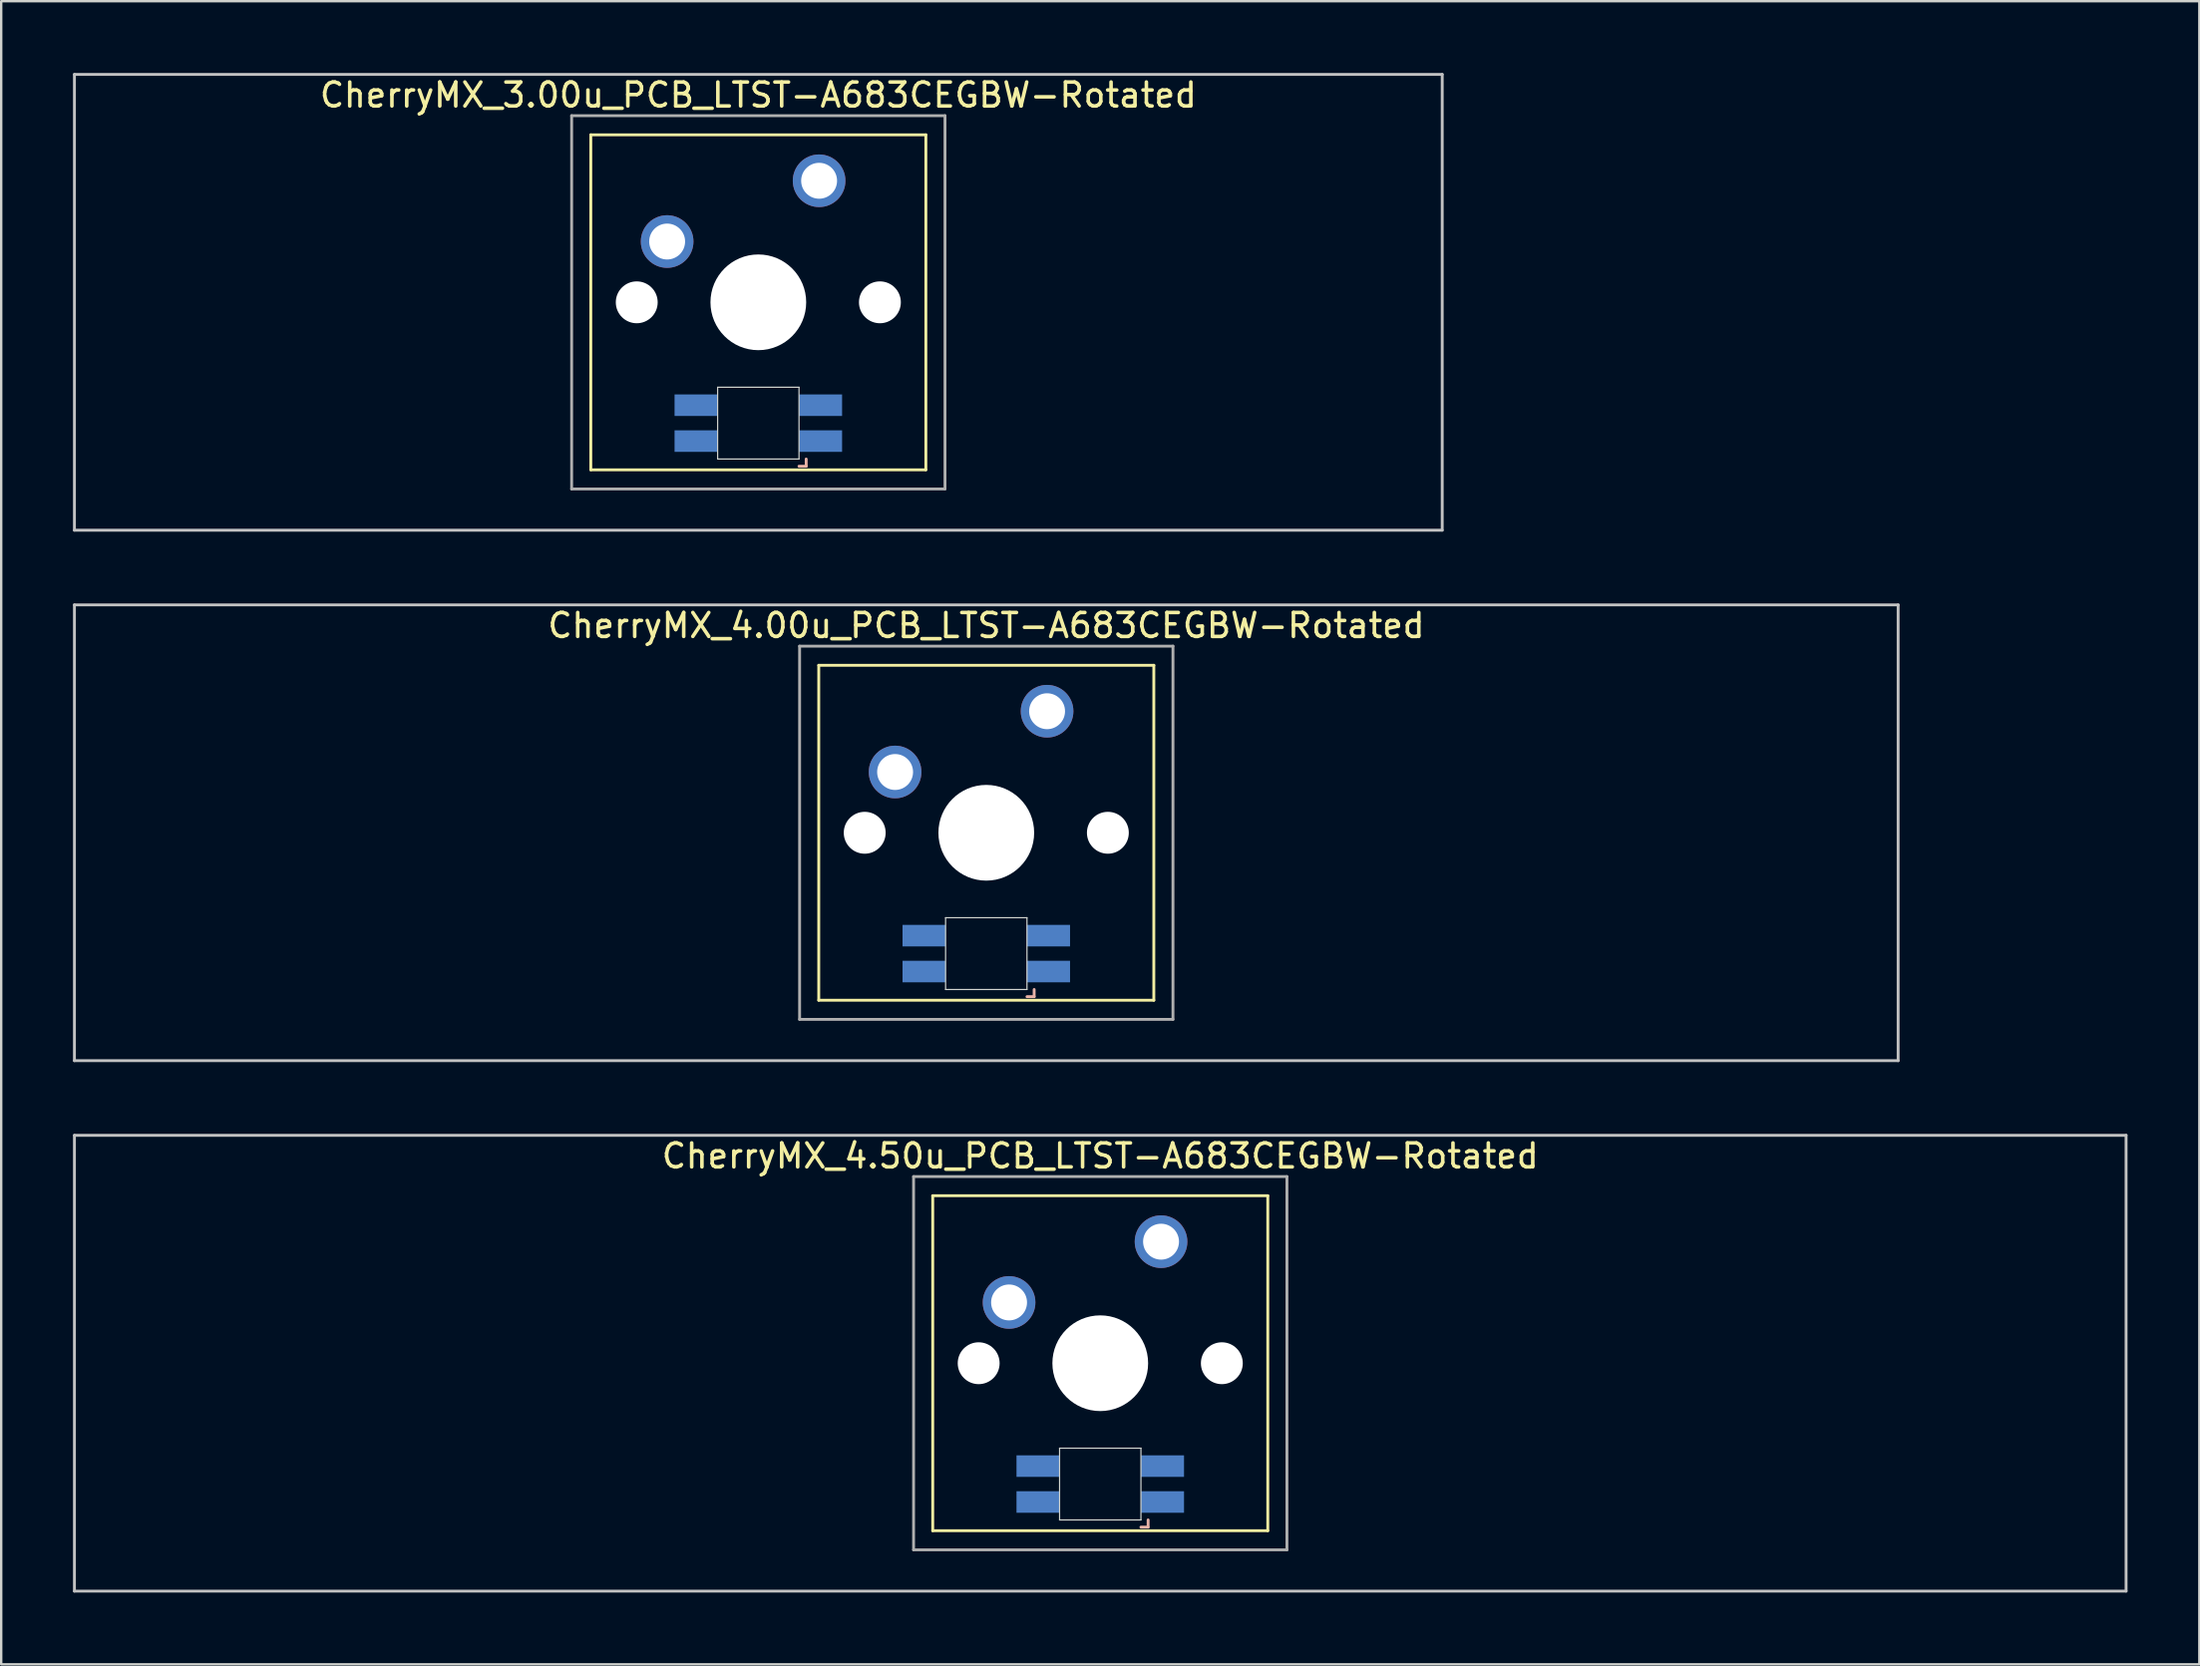
<source format=kicad_pcb>
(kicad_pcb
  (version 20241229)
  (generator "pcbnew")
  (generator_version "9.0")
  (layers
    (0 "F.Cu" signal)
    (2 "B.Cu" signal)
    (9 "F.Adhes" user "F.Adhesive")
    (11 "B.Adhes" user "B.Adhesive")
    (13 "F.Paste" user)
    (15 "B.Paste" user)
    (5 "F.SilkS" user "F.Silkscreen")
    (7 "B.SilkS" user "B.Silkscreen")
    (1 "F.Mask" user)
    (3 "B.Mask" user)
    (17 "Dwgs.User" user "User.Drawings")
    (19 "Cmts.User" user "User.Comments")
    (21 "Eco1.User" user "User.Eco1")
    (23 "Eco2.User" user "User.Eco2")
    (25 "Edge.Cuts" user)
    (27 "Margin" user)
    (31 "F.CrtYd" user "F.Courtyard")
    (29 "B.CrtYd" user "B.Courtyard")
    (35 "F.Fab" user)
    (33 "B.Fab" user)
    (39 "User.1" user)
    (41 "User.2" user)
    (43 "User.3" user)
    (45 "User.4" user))
  (footprint "CherryMX_4.50u_PCB_LTST-A683CEGBW-Rotated"
    (layer "F.Cu")
    (at 42.922 53.925)
    (property "Reference" "CherryMX_4.50u_PCB_LTST-A683CEGBW-Rotated" (at 0 -8.662 0) (layer "F.SilkS") (effects (font (size 1 1) (thickness 0.15))))
    (attr through_hole)
    (fp_line (start -7 -7) (end -7 7) (stroke (width 0.12) (type solid)) (layer "F.SilkS"))
    (fp_line (start -7 -7) (end 7 -7) (stroke (width 0.12) (type solid)) (layer "F.SilkS"))
    (fp_line (start 7 -7) (end 7 7) (stroke (width 0.12) (type solid)) (layer "F.SilkS"))
    (fp_line (start 7 7) (end -7 7) (stroke (width 0.12) (type solid)) (layer "F.SilkS"))
    (fp_line (start 1.7 6.85) (end 2 6.85) (stroke (width 0.12) (type solid)) (layer "B.SilkS"))
    (fp_line (start 2 6.85) (end 2 6.55) (stroke (width 0.12) (type solid)) (layer "B.SilkS"))
    (fp_line (start -42.862 -9.525) (end 42.862 -9.525) (stroke (width 0.12) (type solid)) (layer "Dwgs.User"))
    (fp_line (start -42.862 9.525) (end -42.862 -9.525) (stroke (width 0.12) (type solid)) (layer "Dwgs.User"))
    (fp_line (start 42.862 -9.525) (end 42.862 9.525) (stroke (width 0.12) (type solid)) (layer "Dwgs.User"))
    (fp_line (start 42.862 9.525) (end -42.862 9.525) (stroke (width 0.12) (type solid)) (layer "Dwgs.User"))
    (fp_line (start -1.7 3.55) (end 1.7 3.55) (stroke (width 0.05) (type solid)) (layer "Edge.Cuts"))
    (fp_line (start -1.7 6.55) (end -1.7 3.55) (stroke (width 0.05) (type solid)) (layer "Edge.Cuts"))
    (fp_line (start 1.7 3.55) (end 1.7 6.55) (stroke (width 0.05) (type solid)) (layer "Edge.Cuts"))
    (fp_line (start 1.7 6.55) (end -1.7 6.55) (stroke (width 0.05) (type solid)) (layer "Edge.Cuts"))
    (fp_line (start -7.8 -7.8) (end -7.8 7.8) (stroke (width 0.12) (type solid)) (layer "F.Fab"))
    (fp_line (start -7.8 -7.8) (end 7.8 -7.8) (stroke (width 0.12) (type solid)) (layer "F.Fab"))
    (fp_line (start -7.8 7.8) (end 7.8 7.8) (stroke (width 0.12) (type solid)) (layer "F.Fab"))
    (fp_line (start 7.8 -7.8) (end 7.8 7.8) (stroke (width 0.12) (type solid)) (layer "F.Fab"))
    (pad "" np_thru_hole circle (at -5.08 0) (size 1.75 1.75) (drill 1.75) (layers "*.Cu" "*.Mask"))
    (pad "" np_thru_hole circle (at 0 0) (size 4 4) (drill 4) (layers "*.Cu" "*.Mask"))
    (pad "" np_thru_hole circle (at 5.08 0) (size 1.75 1.75) (drill 1.75) (layers "*.Cu" "*.Mask"))
    (pad "1" thru_hole circle (at -3.81 -2.54) (size 2.2 2.2) (drill 1.5) (layers "*.Cu" "*.Mask"))
    (pad "2" thru_hole circle (at 2.54 -5.08) (size 2.2 2.2) (drill 1.5) (layers "*.Cu" "*.Mask"))
    (pad "3" smd rect (at 2.6 5.8) (size 1.8 0.9) (layers "B.Cu" "B.Mask" "B.Paste"))
    (pad "4" smd rect (at 2.6 4.3) (size 1.8 0.9) (layers "B.Cu" "B.Mask" "B.Paste"))
    (pad "5" smd rect (at -2.6 5.8) (size 1.8 0.9) (layers "B.Cu" "B.Mask" "B.Paste"))
    (pad "6" smd rect (at -2.6 4.3) (size 1.8 0.9) (layers "B.Cu" "B.Mask" "B.Paste")))
  (footprint "CherryMX_4.00u_PCB_LTST-A683CEGBW-Rotated"
    (layer "F.Cu")
    (at 38.16 31.755)
    (property "Reference" "CherryMX_4.00u_PCB_LTST-A683CEGBW-Rotated" (at 0 -8.662 0) (layer "F.SilkS") (effects (font (size 1 1) (thickness 0.15))))
    (attr through_hole)
    (fp_line (start -7 -7) (end -7 7) (stroke (width 0.12) (type solid)) (layer "F.SilkS"))
    (fp_line (start -7 -7) (end 7 -7) (stroke (width 0.12) (type solid)) (layer "F.SilkS"))
    (fp_line (start 7 -7) (end 7 7) (stroke (width 0.12) (type solid)) (layer "F.SilkS"))
    (fp_line (start 7 7) (end -7 7) (stroke (width 0.12) (type solid)) (layer "F.SilkS"))
    (fp_line (start 1.7 6.85) (end 2 6.85) (stroke (width 0.12) (type solid)) (layer "B.SilkS"))
    (fp_line (start 2 6.85) (end 2 6.55) (stroke (width 0.12) (type solid)) (layer "B.SilkS"))
    (fp_line (start -38.1 -9.525) (end 38.1 -9.525) (stroke (width 0.12) (type solid)) (layer "Dwgs.User"))
    (fp_line (start -38.1 9.525) (end -38.1 -9.525) (stroke (width 0.12) (type solid)) (layer "Dwgs.User"))
    (fp_line (start 38.1 -9.525) (end 38.1 9.525) (stroke (width 0.12) (type solid)) (layer "Dwgs.User"))
    (fp_line (start 38.1 9.525) (end -38.1 9.525) (stroke (width 0.12) (type solid)) (layer "Dwgs.User"))
    (fp_line (start -1.7 3.55) (end 1.7 3.55) (stroke (width 0.05) (type solid)) (layer "Edge.Cuts"))
    (fp_line (start -1.7 6.55) (end -1.7 3.55) (stroke (width 0.05) (type solid)) (layer "Edge.Cuts"))
    (fp_line (start 1.7 3.55) (end 1.7 6.55) (stroke (width 0.05) (type solid)) (layer "Edge.Cuts"))
    (fp_line (start 1.7 6.55) (end -1.7 6.55) (stroke (width 0.05) (type solid)) (layer "Edge.Cuts"))
    (fp_line (start -7.8 -7.8) (end -7.8 7.8) (stroke (width 0.12) (type solid)) (layer "F.Fab"))
    (fp_line (start -7.8 -7.8) (end 7.8 -7.8) (stroke (width 0.12) (type solid)) (layer "F.Fab"))
    (fp_line (start -7.8 7.8) (end 7.8 7.8) (stroke (width 0.12) (type solid)) (layer "F.Fab"))
    (fp_line (start 7.8 -7.8) (end 7.8 7.8) (stroke (width 0.12) (type solid)) (layer "F.Fab"))
    (pad "" np_thru_hole circle (at -5.08 0) (size 1.75 1.75) (drill 1.75) (layers "*.Cu" "*.Mask"))
    (pad "" np_thru_hole circle (at 0 0) (size 4 4) (drill 4) (layers "*.Cu" "*.Mask"))
    (pad "" np_thru_hole circle (at 5.08 0) (size 1.75 1.75) (drill 1.75) (layers "*.Cu" "*.Mask"))
    (pad "1" thru_hole circle (at -3.81 -2.54) (size 2.2 2.2) (drill 1.5) (layers "*.Cu" "*.Mask"))
    (pad "2" thru_hole circle (at 2.54 -5.08) (size 2.2 2.2) (drill 1.5) (layers "*.Cu" "*.Mask"))
    (pad "3" smd rect (at 2.6 5.8) (size 1.8 0.9) (layers "B.Cu" "B.Mask" "B.Paste"))
    (pad "4" smd rect (at 2.6 4.3) (size 1.8 0.9) (layers "B.Cu" "B.Mask" "B.Paste"))
    (pad "5" smd rect (at -2.6 5.8) (size 1.8 0.9) (layers "B.Cu" "B.Mask" "B.Paste"))
    (pad "6" smd rect (at -2.6 4.3) (size 1.8 0.9) (layers "B.Cu" "B.Mask" "B.Paste")))
  (footprint "CherryMX_3.00u_PCB_LTST-A683CEGBW-Rotated"
    (layer "F.Cu")
    (at 28.635 9.585)
    (property "Reference" "CherryMX_3.00u_PCB_LTST-A683CEGBW-Rotated" (at 0 -8.662 0) (layer "F.SilkS") (effects (font (size 1 1) (thickness 0.15))))
    (attr through_hole)
    (fp_line (start -7 -7) (end -7 7) (stroke (width 0.12) (type solid)) (layer "F.SilkS"))
    (fp_line (start -7 -7) (end 7 -7) (stroke (width 0.12) (type solid)) (layer "F.SilkS"))
    (fp_line (start 7 -7) (end 7 7) (stroke (width 0.12) (type solid)) (layer "F.SilkS"))
    (fp_line (start 7 7) (end -7 7) (stroke (width 0.12) (type solid)) (layer "F.SilkS"))
    (fp_line (start 1.7 6.85) (end 2 6.85) (stroke (width 0.12) (type solid)) (layer "B.SilkS"))
    (fp_line (start 2 6.85) (end 2 6.55) (stroke (width 0.12) (type solid)) (layer "B.SilkS"))
    (fp_line (start -28.575 -9.525) (end 28.575 -9.525) (stroke (width 0.12) (type solid)) (layer "Dwgs.User"))
    (fp_line (start -28.575 9.525) (end -28.575 -9.525) (stroke (width 0.12) (type solid)) (layer "Dwgs.User"))
    (fp_line (start 28.575 -9.525) (end 28.575 9.525) (stroke (width 0.12) (type solid)) (layer "Dwgs.User"))
    (fp_line (start 28.575 9.525) (end -28.575 9.525) (stroke (width 0.12) (type solid)) (layer "Dwgs.User"))
    (fp_line (start -1.7 3.55) (end 1.7 3.55) (stroke (width 0.05) (type solid)) (layer "Edge.Cuts"))
    (fp_line (start -1.7 6.55) (end -1.7 3.55) (stroke (width 0.05) (type solid)) (layer "Edge.Cuts"))
    (fp_line (start 1.7 3.55) (end 1.7 6.55) (stroke (width 0.05) (type solid)) (layer "Edge.Cuts"))
    (fp_line (start 1.7 6.55) (end -1.7 6.55) (stroke (width 0.05) (type solid)) (layer "Edge.Cuts"))
    (fp_line (start -7.8 -7.8) (end -7.8 7.8) (stroke (width 0.12) (type solid)) (layer "F.Fab"))
    (fp_line (start -7.8 -7.8) (end 7.8 -7.8) (stroke (width 0.12) (type solid)) (layer "F.Fab"))
    (fp_line (start -7.8 7.8) (end 7.8 7.8) (stroke (width 0.12) (type solid)) (layer "F.Fab"))
    (fp_line (start 7.8 -7.8) (end 7.8 7.8) (stroke (width 0.12) (type solid)) (layer "F.Fab"))
    (pad "" np_thru_hole circle (at -5.08 0) (size 1.75 1.75) (drill 1.75) (layers "*.Cu" "*.Mask"))
    (pad "" np_thru_hole circle (at 0 0) (size 4 4) (drill 4) (layers "*.Cu" "*.Mask"))
    (pad "" np_thru_hole circle (at 5.08 0) (size 1.75 1.75) (drill 1.75) (layers "*.Cu" "*.Mask"))
    (pad "1" thru_hole circle (at -3.81 -2.54) (size 2.2 2.2) (drill 1.5) (layers "*.Cu" "*.Mask"))
    (pad "2" thru_hole circle (at 2.54 -5.08) (size 2.2 2.2) (drill 1.5) (layers "*.Cu" "*.Mask"))
    (pad "3" smd rect (at 2.6 5.8) (size 1.8 0.9) (layers "B.Cu" "B.Mask" "B.Paste"))
    (pad "4" smd rect (at 2.6 4.3) (size 1.8 0.9) (layers "B.Cu" "B.Mask" "B.Paste"))
    (pad "5" smd rect (at -2.6 5.8) (size 1.8 0.9) (layers "B.Cu" "B.Mask" "B.Paste"))
    (pad "6" smd rect (at -2.6 4.3) (size 1.8 0.9) (layers "B.Cu" "B.Mask" "B.Paste")))
  (gr_rect
    (start -3 -3)
    (end 88.845 66.51)
    (stroke (width 0.1) (type default))
    (fill no)
    (layer "Edge.Cuts")))
</source>
